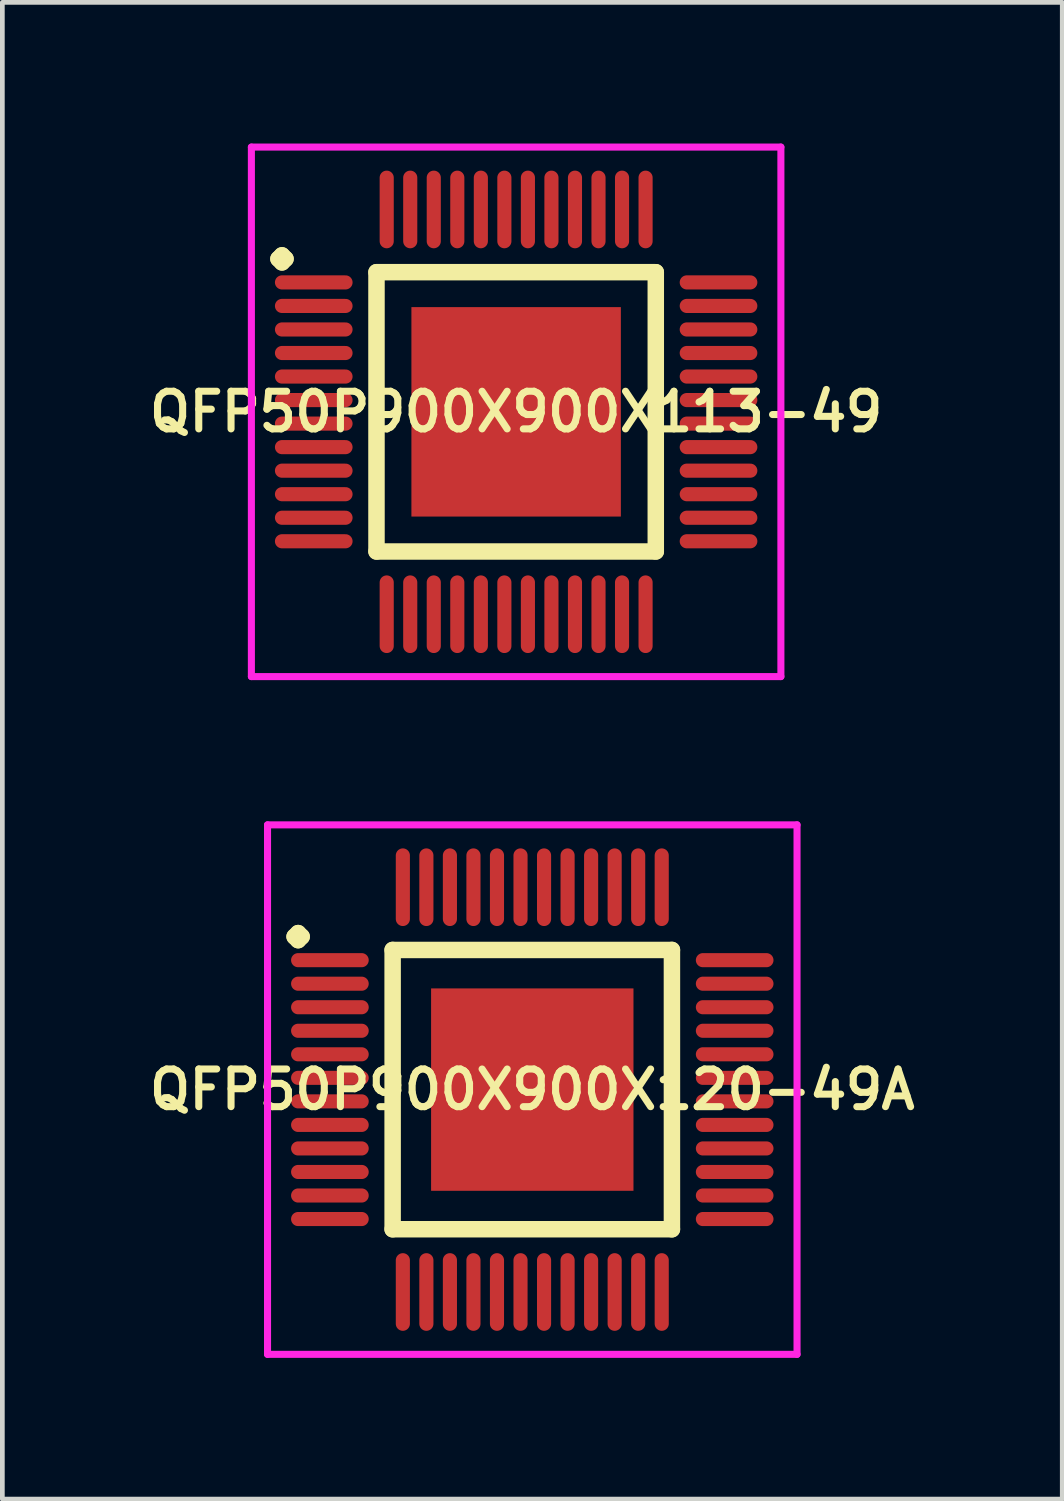
<source format=kicad_pcb>
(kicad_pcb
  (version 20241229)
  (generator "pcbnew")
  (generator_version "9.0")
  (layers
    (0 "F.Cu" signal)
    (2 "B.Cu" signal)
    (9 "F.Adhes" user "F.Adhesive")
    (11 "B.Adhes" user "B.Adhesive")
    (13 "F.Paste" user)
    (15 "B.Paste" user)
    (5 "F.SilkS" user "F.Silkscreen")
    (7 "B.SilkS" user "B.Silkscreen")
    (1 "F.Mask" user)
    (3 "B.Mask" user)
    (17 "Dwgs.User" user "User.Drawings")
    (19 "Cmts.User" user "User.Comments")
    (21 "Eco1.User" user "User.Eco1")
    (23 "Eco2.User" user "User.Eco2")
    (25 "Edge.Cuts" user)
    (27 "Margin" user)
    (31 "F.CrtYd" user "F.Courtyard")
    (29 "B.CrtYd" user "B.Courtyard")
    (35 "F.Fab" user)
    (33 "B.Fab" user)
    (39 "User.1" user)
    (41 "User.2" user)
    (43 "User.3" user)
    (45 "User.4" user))
  (footprint "QFP50P900X900X113-49"
    (layer "F.Cu")
    (at 7.916 5.7)
    (property "Reference" "QFP50P900X900X113-49" (at 0 0 0) (layer "F.SilkS") (effects (font (size 0.8 0.8) (thickness 0.15))))
    (attr through_hole)
    (fp_line (start -5.05 -3.25) (end -4.975 -3.325) (stroke (width 0.35) (type solid)) (layer "F.SilkS"))
    (fp_line (start -4.975 -3.325) (end -4.9 -3.25) (stroke (width 0.35) (type solid)) (layer "F.SilkS"))
    (fp_line (start -4.975 -3.175) (end -5.05 -3.25) (stroke (width 0.35) (type solid)) (layer "F.SilkS"))
    (fp_line (start -4.9 -3.25) (end -4.975 -3.175) (stroke (width 0.35) (type solid)) (layer "F.SilkS"))
    (fp_line (start -2.967 -2.967) (end -2.967 2.967) (stroke (width 0.35) (type solid)) (layer "F.SilkS"))
    (fp_line (start -2.967 2.967) (end 2.967 2.967) (stroke (width 0.35) (type solid)) (layer "F.SilkS"))
    (fp_line (start 2.967 -2.967) (end -2.967 -2.967) (stroke (width 0.35) (type solid)) (layer "F.SilkS"))
    (fp_line (start 2.967 2.967) (end 2.967 -2.967) (stroke (width 0.35) (type solid)) (layer "F.SilkS"))
    (fp_line (start -5.625 -5.625) (end 5.625 -5.625) (stroke (width 0.15) (type solid)) (layer "F.CrtYd"))
    (fp_line (start -5.625 5.625) (end -5.625 -5.625) (stroke (width 0.15) (type solid)) (layer "F.CrtYd"))
    (fp_line (start 5.625 -5.625) (end 5.625 5.625) (stroke (width 0.15) (type solid)) (layer "F.CrtYd"))
    (fp_line (start 5.625 5.625) (end -5.625 5.625) (stroke (width 0.15) (type solid)) (layer "F.CrtYd"))
    (pad "1" smd oval (at -4.3 -2.75) (size 1.65 0.3) (layers "F.Cu" "F.Mask" "F.Paste"))
    (pad "2" smd oval (at -4.3 -2.25) (size 1.65 0.3) (layers "F.Cu" "F.Mask" "F.Paste"))
    (pad "3" smd oval (at -4.3 -1.75) (size 1.65 0.3) (layers "F.Cu" "F.Mask" "F.Paste"))
    (pad "4" smd oval (at -4.3 -1.25) (size 1.65 0.3) (layers "F.Cu" "F.Mask" "F.Paste"))
    (pad "5" smd oval (at -4.3 -0.75) (size 1.65 0.3) (layers "F.Cu" "F.Mask" "F.Paste"))
    (pad "6" smd oval (at -4.3 -0.25) (size 1.65 0.3) (layers "F.Cu" "F.Mask" "F.Paste"))
    (pad "7" smd oval (at -4.3 0.25) (size 1.65 0.3) (layers "F.Cu" "F.Mask" "F.Paste"))
    (pad "8" smd oval (at -4.3 0.75) (size 1.65 0.3) (layers "F.Cu" "F.Mask" "F.Paste"))
    (pad "9" smd oval (at -4.3 1.25) (size 1.65 0.3) (layers "F.Cu" "F.Mask" "F.Paste"))
    (pad "10" smd oval (at -4.3 1.75) (size 1.65 0.3) (layers "F.Cu" "F.Mask" "F.Paste"))
    (pad "11" smd oval (at -4.3 2.25) (size 1.65 0.3) (layers "F.Cu" "F.Mask" "F.Paste"))
    (pad "12" smd oval (at -4.3 2.75) (size 1.65 0.3) (layers "F.Cu" "F.Mask" "F.Paste"))
    (pad "13" smd oval (at -2.75 4.3) (size 0.3 1.65) (layers "F.Cu" "F.Mask" "F.Paste"))
    (pad "14" smd oval (at -2.25 4.3) (size 0.3 1.65) (layers "F.Cu" "F.Mask" "F.Paste"))
    (pad "15" smd oval (at -1.75 4.3) (size 0.3 1.65) (layers "F.Cu" "F.Mask" "F.Paste"))
    (pad "16" smd oval (at -1.25 4.3) (size 0.3 1.65) (layers "F.Cu" "F.Mask" "F.Paste"))
    (pad "17" smd oval (at -0.75 4.3) (size 0.3 1.65) (layers "F.Cu" "F.Mask" "F.Paste"))
    (pad "18" smd oval (at -0.25 4.3) (size 0.3 1.65) (layers "F.Cu" "F.Mask" "F.Paste"))
    (pad "19" smd oval (at 0.25 4.3) (size 0.3 1.65) (layers "F.Cu" "F.Mask" "F.Paste"))
    (pad "20" smd oval (at 0.75 4.3) (size 0.3 1.65) (layers "F.Cu" "F.Mask" "F.Paste"))
    (pad "21" smd oval (at 1.25 4.3) (size 0.3 1.65) (layers "F.Cu" "F.Mask" "F.Paste"))
    (pad "22" smd oval (at 1.75 4.3) (size 0.3 1.65) (layers "F.Cu" "F.Mask" "F.Paste"))
    (pad "23" smd oval (at 2.25 4.3) (size 0.3 1.65) (layers "F.Cu" "F.Mask" "F.Paste"))
    (pad "24" smd oval (at 2.75 4.3) (size 0.3 1.65) (layers "F.Cu" "F.Mask" "F.Paste"))
    (pad "25" smd oval (at 4.3 2.75) (size 1.65 0.3) (layers "F.Cu" "F.Mask" "F.Paste"))
    (pad "26" smd oval (at 4.3 2.25) (size 1.65 0.3) (layers "F.Cu" "F.Mask" "F.Paste"))
    (pad "27" smd oval (at 4.3 1.75) (size 1.65 0.3) (layers "F.Cu" "F.Mask" "F.Paste"))
    (pad "28" smd oval (at 4.3 1.25) (size 1.65 0.3) (layers "F.Cu" "F.Mask" "F.Paste"))
    (pad "29" smd oval (at 4.3 0.75) (size 1.65 0.3) (layers "F.Cu" "F.Mask" "F.Paste"))
    (pad "30" smd oval (at 4.3 0.25) (size 1.65 0.3) (layers "F.Cu" "F.Mask" "F.Paste"))
    (pad "31" smd oval (at 4.3 -0.25) (size 1.65 0.3) (layers "F.Cu" "F.Mask" "F.Paste"))
    (pad "32" smd oval (at 4.3 -0.75) (size 1.65 0.3) (layers "F.Cu" "F.Mask" "F.Paste"))
    (pad "33" smd oval (at 4.3 -1.25) (size 1.65 0.3) (layers "F.Cu" "F.Mask" "F.Paste"))
    (pad "34" smd oval (at 4.3 -1.75) (size 1.65 0.3) (layers "F.Cu" "F.Mask" "F.Paste"))
    (pad "35" smd oval (at 4.3 -2.25) (size 1.65 0.3) (layers "F.Cu" "F.Mask" "F.Paste"))
    (pad "36" smd oval (at 4.3 -2.75) (size 1.65 0.3) (layers "F.Cu" "F.Mask" "F.Paste"))
    (pad "37" smd oval (at 2.75 -4.3) (size 0.3 1.65) (layers "F.Cu" "F.Mask" "F.Paste"))
    (pad "38" smd oval (at 2.25 -4.3) (size 0.3 1.65) (layers "F.Cu" "F.Mask" "F.Paste"))
    (pad "39" smd oval (at 1.75 -4.3) (size 0.3 1.65) (layers "F.Cu" "F.Mask" "F.Paste"))
    (pad "40" smd oval (at 1.25 -4.3) (size 0.3 1.65) (layers "F.Cu" "F.Mask" "F.Paste"))
    (pad "41" smd oval (at 0.75 -4.3) (size 0.3 1.65) (layers "F.Cu" "F.Mask" "F.Paste"))
    (pad "42" smd oval (at 0.25 -4.3) (size 0.3 1.65) (layers "F.Cu" "F.Mask" "F.Paste"))
    (pad "43" smd oval (at -0.25 -4.3) (size 0.3 1.65) (layers "F.Cu" "F.Mask" "F.Paste"))
    (pad "44" smd oval (at -0.75 -4.3) (size 0.3 1.65) (layers "F.Cu" "F.Mask" "F.Paste"))
    (pad "45" smd oval (at -1.25 -4.3) (size 0.3 1.65) (layers "F.Cu" "F.Mask" "F.Paste"))
    (pad "46" smd oval (at -1.75 -4.3) (size 0.3 1.65) (layers "F.Cu" "F.Mask" "F.Paste"))
    (pad "47" smd oval (at -2.25 -4.3) (size 0.3 1.65) (layers "F.Cu" "F.Mask" "F.Paste"))
    (pad "48" smd oval (at -2.75 -4.3) (size 0.3 1.65) (layers "F.Cu" "F.Mask" "F.Paste"))
    (pad "49" smd rect (at 0 0) (size 4.45 4.45) (layers "F.Cu" "F.Mask" "F.Paste")))
  (footprint "QFP50P900X900X120-49A"
    (layer "F.Cu")
    (at 8.259 20.1)
    (property "Reference" "QFP50P900X900X120-49A" (at 0 0 0) (layer "F.SilkS") (effects (font (size 0.8 0.8) (thickness 0.15))))
    (attr smd)
    (fp_line (start -5.05 -3.25) (end -4.975 -3.325) (stroke (width 0.35) (type solid)) (layer "F.SilkS"))
    (fp_line (start -4.975 -3.325) (end -4.9 -3.25) (stroke (width 0.35) (type solid)) (layer "F.SilkS"))
    (fp_line (start -4.975 -3.175) (end -5.05 -3.25) (stroke (width 0.35) (type solid)) (layer "F.SilkS"))
    (fp_line (start -4.9 -3.25) (end -4.975 -3.175) (stroke (width 0.35) (type solid)) (layer "F.SilkS"))
    (fp_line (start -2.967 -2.967) (end -2.967 2.967) (stroke (width 0.35) (type solid)) (layer "F.SilkS"))
    (fp_line (start -2.967 2.967) (end 2.967 2.967) (stroke (width 0.35) (type solid)) (layer "F.SilkS"))
    (fp_line (start 2.967 -2.967) (end -2.967 -2.967) (stroke (width 0.35) (type solid)) (layer "F.SilkS"))
    (fp_line (start 2.967 2.967) (end 2.967 -2.967) (stroke (width 0.35) (type solid)) (layer "F.SilkS"))
    (fp_line (start -5.625 -5.625) (end 5.625 -5.625) (stroke (width 0.15) (type solid)) (layer "F.CrtYd"))
    (fp_line (start -5.625 5.625) (end -5.625 -5.625) (stroke (width 0.15) (type solid)) (layer "F.CrtYd"))
    (fp_line (start 5.625 -5.625) (end 5.625 5.625) (stroke (width 0.15) (type solid)) (layer "F.CrtYd"))
    (fp_line (start 5.625 5.625) (end -5.625 5.625) (stroke (width 0.15) (type solid)) (layer "F.CrtYd"))
    (pad "1" smd oval (at -4.3 -2.75) (size 1.65 0.3) (layers "F.Cu" "F.Mask" "F.Paste"))
    (pad "2" smd oval (at -4.3 -2.25) (size 1.65 0.3) (layers "F.Cu" "F.Mask" "F.Paste"))
    (pad "3" smd oval (at -4.3 -1.75) (size 1.65 0.3) (layers "F.Cu" "F.Mask" "F.Paste"))
    (pad "4" smd oval (at -4.3 -1.25) (size 1.65 0.3) (layers "F.Cu" "F.Mask" "F.Paste"))
    (pad "5" smd oval (at -4.3 -0.75) (size 1.65 0.3) (layers "F.Cu" "F.Mask" "F.Paste"))
    (pad "6" smd oval (at -4.3 -0.25) (size 1.65 0.3) (layers "F.Cu" "F.Mask" "F.Paste"))
    (pad "7" smd oval (at -4.3 0.25) (size 1.65 0.3) (layers "F.Cu" "F.Mask" "F.Paste"))
    (pad "8" smd oval (at -4.3 0.75) (size 1.65 0.3) (layers "F.Cu" "F.Mask" "F.Paste"))
    (pad "9" smd oval (at -4.3 1.25) (size 1.65 0.3) (layers "F.Cu" "F.Mask" "F.Paste"))
    (pad "10" smd oval (at -4.3 1.75) (size 1.65 0.3) (layers "F.Cu" "F.Mask" "F.Paste"))
    (pad "11" smd oval (at -4.3 2.25) (size 1.65 0.3) (layers "F.Cu" "F.Mask" "F.Paste"))
    (pad "12" smd oval (at -4.3 2.75) (size 1.65 0.3) (layers "F.Cu" "F.Mask" "F.Paste"))
    (pad "13" smd oval (at -2.75 4.3) (size 0.3 1.65) (layers "F.Cu" "F.Mask" "F.Paste"))
    (pad "14" smd oval (at -2.25 4.3) (size 0.3 1.65) (layers "F.Cu" "F.Mask" "F.Paste"))
    (pad "15" smd oval (at -1.75 4.3) (size 0.3 1.65) (layers "F.Cu" "F.Mask" "F.Paste"))
    (pad "16" smd oval (at -1.25 4.3) (size 0.3 1.65) (layers "F.Cu" "F.Mask" "F.Paste"))
    (pad "17" smd oval (at -0.75 4.3) (size 0.3 1.65) (layers "F.Cu" "F.Mask" "F.Paste"))
    (pad "18" smd oval (at -0.25 4.3) (size 0.3 1.65) (layers "F.Cu" "F.Mask" "F.Paste"))
    (pad "19" smd oval (at 0.25 4.3) (size 0.3 1.65) (layers "F.Cu" "F.Mask" "F.Paste"))
    (pad "20" smd oval (at 0.75 4.3) (size 0.3 1.65) (layers "F.Cu" "F.Mask" "F.Paste"))
    (pad "21" smd oval (at 1.25 4.3) (size 0.3 1.65) (layers "F.Cu" "F.Mask" "F.Paste"))
    (pad "22" smd oval (at 1.75 4.3) (size 0.3 1.65) (layers "F.Cu" "F.Mask" "F.Paste"))
    (pad "23" smd oval (at 2.25 4.3) (size 0.3 1.65) (layers "F.Cu" "F.Mask" "F.Paste"))
    (pad "24" smd oval (at 2.75 4.3) (size 0.3 1.65) (layers "F.Cu" "F.Mask" "F.Paste"))
    (pad "25" smd oval (at 4.3 2.75) (size 1.65 0.3) (layers "F.Cu" "F.Mask" "F.Paste"))
    (pad "26" smd oval (at 4.3 2.25) (size 1.65 0.3) (layers "F.Cu" "F.Mask" "F.Paste"))
    (pad "27" smd oval (at 4.3 1.75) (size 1.65 0.3) (layers "F.Cu" "F.Mask" "F.Paste"))
    (pad "28" smd oval (at 4.3 1.25) (size 1.65 0.3) (layers "F.Cu" "F.Mask" "F.Paste"))
    (pad "29" smd oval (at 4.3 0.75) (size 1.65 0.3) (layers "F.Cu" "F.Mask" "F.Paste"))
    (pad "30" smd oval (at 4.3 0.25) (size 1.65 0.3) (layers "F.Cu" "F.Mask" "F.Paste"))
    (pad "31" smd oval (at 4.3 -0.25) (size 1.65 0.3) (layers "F.Cu" "F.Mask" "F.Paste"))
    (pad "32" smd oval (at 4.3 -0.75) (size 1.65 0.3) (layers "F.Cu" "F.Mask" "F.Paste"))
    (pad "33" smd oval (at 4.3 -1.25) (size 1.65 0.3) (layers "F.Cu" "F.Mask" "F.Paste"))
    (pad "34" smd oval (at 4.3 -1.75) (size 1.65 0.3) (layers "F.Cu" "F.Mask" "F.Paste"))
    (pad "35" smd oval (at 4.3 -2.25) (size 1.65 0.3) (layers "F.Cu" "F.Mask" "F.Paste"))
    (pad "36" smd oval (at 4.3 -2.75) (size 1.65 0.3) (layers "F.Cu" "F.Mask" "F.Paste"))
    (pad "37" smd oval (at 2.75 -4.3) (size 0.3 1.65) (layers "F.Cu" "F.Mask" "F.Paste"))
    (pad "38" smd oval (at 2.25 -4.3) (size 0.3 1.65) (layers "F.Cu" "F.Mask" "F.Paste"))
    (pad "39" smd oval (at 1.75 -4.3) (size 0.3 1.65) (layers "F.Cu" "F.Mask" "F.Paste"))
    (pad "40" smd oval (at 1.25 -4.3) (size 0.3 1.65) (layers "F.Cu" "F.Mask" "F.Paste"))
    (pad "41" smd oval (at 0.75 -4.3) (size 0.3 1.65) (layers "F.Cu" "F.Mask" "F.Paste"))
    (pad "42" smd oval (at 0.25 -4.3) (size 0.3 1.65) (layers "F.Cu" "F.Mask" "F.Paste"))
    (pad "43" smd oval (at -0.25 -4.3) (size 0.3 1.65) (layers "F.Cu" "F.Mask" "F.Paste"))
    (pad "44" smd oval (at -0.75 -4.3) (size 0.3 1.65) (layers "F.Cu" "F.Mask" "F.Paste"))
    (pad "45" smd oval (at -1.25 -4.3) (size 0.3 1.65) (layers "F.Cu" "F.Mask" "F.Paste"))
    (pad "46" smd oval (at -1.75 -4.3) (size 0.3 1.65) (layers "F.Cu" "F.Mask" "F.Paste"))
    (pad "47" smd oval (at -2.25 -4.3) (size 0.3 1.65) (layers "F.Cu" "F.Mask" "F.Paste"))
    (pad "48" smd oval (at -2.75 -4.3) (size 0.3 1.65) (layers "F.Cu" "F.Mask" "F.Paste"))
    (pad "49" smd rect (at 0 0) (size 4.3 4.3) (layers "F.Cu" "F.Mask" "F.Paste")))
  (gr_rect
    (start -3 -3)
    (end 19.519 28.8)
    (stroke (width 0.1) (type default))
    (fill no)
    (layer "Edge.Cuts")))
</source>
